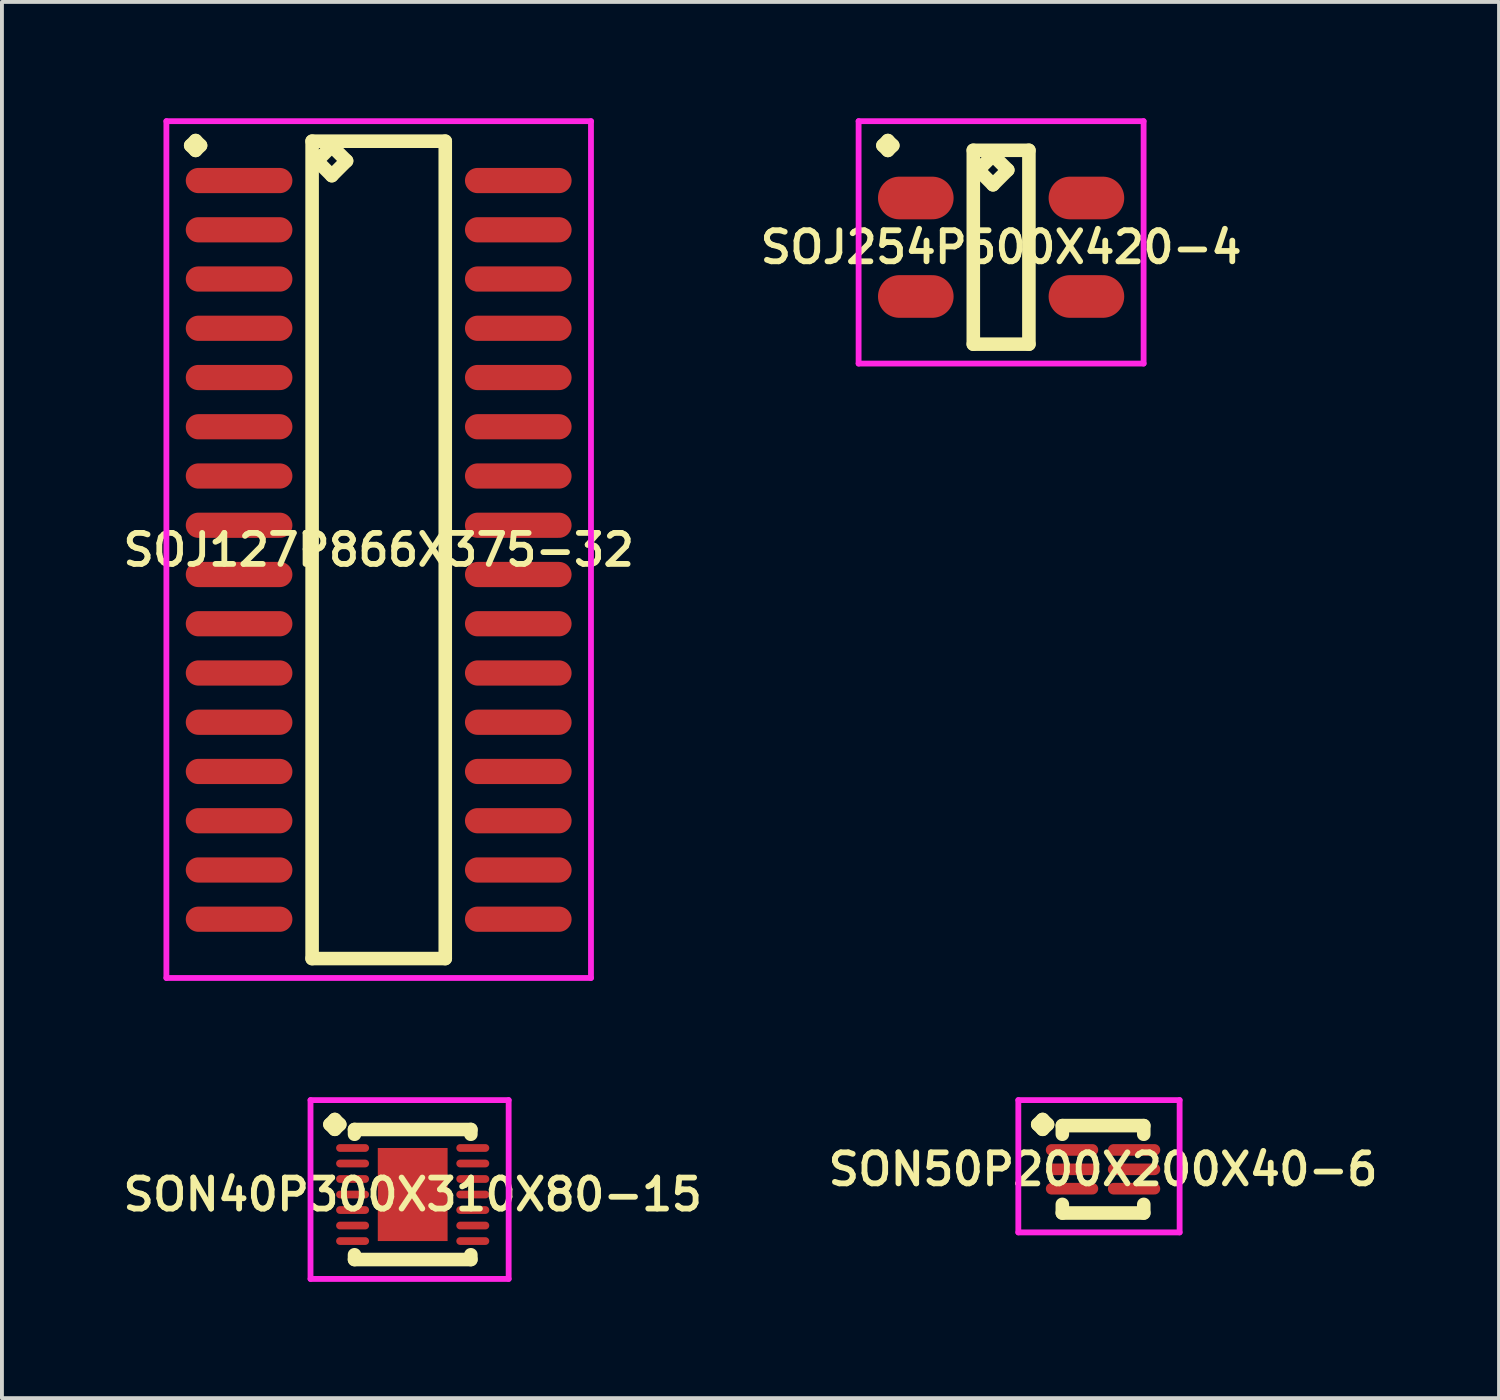
<source format=kicad_pcb>
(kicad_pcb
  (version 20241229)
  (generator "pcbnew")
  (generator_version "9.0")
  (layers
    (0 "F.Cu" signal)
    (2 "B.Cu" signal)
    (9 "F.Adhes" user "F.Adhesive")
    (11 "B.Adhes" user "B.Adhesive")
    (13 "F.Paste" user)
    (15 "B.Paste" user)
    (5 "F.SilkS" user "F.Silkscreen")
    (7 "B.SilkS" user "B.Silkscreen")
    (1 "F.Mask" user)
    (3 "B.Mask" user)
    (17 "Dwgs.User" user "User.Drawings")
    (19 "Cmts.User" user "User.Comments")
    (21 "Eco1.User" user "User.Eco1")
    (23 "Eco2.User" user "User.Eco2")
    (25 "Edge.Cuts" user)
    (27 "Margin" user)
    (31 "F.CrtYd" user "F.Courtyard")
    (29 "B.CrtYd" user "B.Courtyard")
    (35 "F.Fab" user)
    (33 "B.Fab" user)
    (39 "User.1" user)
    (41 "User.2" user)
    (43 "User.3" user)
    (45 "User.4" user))
  (footprint "SOJ254P500X420-4"
    (layer "F.Cu")
    (at 22.768 3.326)
    (property "Reference" "SOJ254P500X420-4" (at 0 0 0) (layer "F.SilkS") (effects (font (size 0.8 0.8) (thickness 0.15))))
    (attr smd)
    (fp_line (start -3.048 -2.624) (end -2.921 -2.751) (stroke (width 0.35) (type solid)) (layer "F.SilkS"))
    (fp_line (start -2.921 -2.751) (end -2.794 -2.624) (stroke (width 0.35) (type solid)) (layer "F.SilkS"))
    (fp_line (start -2.921 -2.497) (end -3.048 -2.624) (stroke (width 0.35) (type solid)) (layer "F.SilkS"))
    (fp_line (start -2.794 -2.624) (end -2.921 -2.497) (stroke (width 0.35) (type solid)) (layer "F.SilkS"))
    (fp_line (start -0.717 -2.5) (end -0.717 2.5) (stroke (width 0.35) (type solid)) (layer "F.SilkS"))
    (fp_line (start -0.717 2.5) (end 0.717 2.5) (stroke (width 0.35) (type solid)) (layer "F.SilkS"))
    (fp_line (start -0.59 -1.992) (end -0.209 -2.373) (stroke (width 0.35) (type solid)) (layer "F.SilkS"))
    (fp_line (start -0.209 -2.373) (end 0.172 -1.992) (stroke (width 0.35) (type solid)) (layer "F.SilkS"))
    (fp_line (start -0.209 -1.611) (end -0.59 -1.992) (stroke (width 0.35) (type solid)) (layer "F.SilkS"))
    (fp_line (start 0.172 -1.992) (end -0.209 -1.611) (stroke (width 0.35) (type solid)) (layer "F.SilkS"))
    (fp_line (start 0.717 -2.5) (end -0.717 -2.5) (stroke (width 0.35) (type solid)) (layer "F.SilkS"))
    (fp_line (start 0.717 2.5) (end 0.717 -2.5) (stroke (width 0.35) (type solid)) (layer "F.SilkS"))
    (fp_line (start -3.675 -3.251) (end 3.675 -3.251) (stroke (width 0.15) (type solid)) (layer "F.CrtYd"))
    (fp_line (start -3.675 3) (end -3.675 -3.251) (stroke (width 0.15) (type solid)) (layer "F.CrtYd"))
    (fp_line (start 3.675 -3.251) (end 3.675 3) (stroke (width 0.15) (type solid)) (layer "F.CrtYd"))
    (fp_line (start 3.675 3) (end -3.675 3) (stroke (width 0.15) (type solid)) (layer "F.CrtYd"))
    (pad "1" smd oval (at -2.2 -1.27) (size 1.95 1.1) (layers "F.Cu" "F.Mask" "F.Paste"))
    (pad "2" smd oval (at -2.2 1.27) (size 1.95 1.1) (layers "F.Cu" "F.Mask" "F.Paste"))
    (pad "3" smd oval (at 2.2 1.27) (size 1.95 1.1) (layers "F.Cu" "F.Mask" "F.Paste"))
    (pad "4" smd oval (at 2.2 -1.27) (size 1.95 1.1) (layers "F.Cu" "F.Mask" "F.Paste")))
  (footprint "SON40P300X310X80-15"
    (layer "F.Cu")
    (at 7.593 27.756)
    (property "Reference" "SON40P300X310X80-15" (at 0 0 0) (layer "F.SilkS") (effects (font (size 0.8 0.8) (thickness 0.15))))
    (attr smd)
    (fp_line (start -2.135 -1.808) (end -2.008 -1.935) (stroke (width 0.35) (type solid)) (layer "F.SilkS"))
    (fp_line (start -2.008 -1.935) (end -1.881 -1.808) (stroke (width 0.35) (type solid)) (layer "F.SilkS"))
    (fp_line (start -2.008 -1.681) (end -2.135 -1.808) (stroke (width 0.35) (type solid)) (layer "F.SilkS"))
    (fp_line (start -1.881 -1.808) (end -2.008 -1.681) (stroke (width 0.35) (type solid)) (layer "F.SilkS"))
    (fp_line (start -1.5 -1.677) (end 1.5 -1.677) (stroke (width 0.35) (type solid)) (layer "F.SilkS"))
    (fp_line (start -1.5 -1.554) (end -1.5 -1.677) (stroke (width 0.35) (type solid)) (layer "F.SilkS"))
    (fp_line (start -1.5 1.554) (end -1.5 1.677) (stroke (width 0.35) (type solid)) (layer "F.SilkS"))
    (fp_line (start -1.5 1.677) (end 1.5 1.677) (stroke (width 0.35) (type solid)) (layer "F.SilkS"))
    (fp_line (start 1.5 -1.677) (end 1.5 -1.554) (stroke (width 0.35) (type solid)) (layer "F.SilkS"))
    (fp_line (start 1.5 1.677) (end 1.5 1.554) (stroke (width 0.35) (type solid)) (layer "F.SilkS"))
    (fp_line (start -2.635 -2.435) (end 2.475 -2.435) (stroke (width 0.15) (type solid)) (layer "F.CrtYd"))
    (fp_line (start -2.635 2.177) (end -2.635 -2.435) (stroke (width 0.15) (type solid)) (layer "F.CrtYd"))
    (fp_line (start 2.475 -2.435) (end 2.475 2.177) (stroke (width 0.15) (type solid)) (layer "F.CrtYd"))
    (fp_line (start 2.475 2.177) (end -2.635 2.177) (stroke (width 0.15) (type solid)) (layer "F.CrtYd"))
    (pad "1" smd oval (at -1.55 -1.2) (size 0.85 0.2) (layers "F.Cu" "F.Mask" "F.Paste"))
    (pad "2" smd oval (at -1.55 -0.8) (size 0.85 0.2) (layers "F.Cu" "F.Mask" "F.Paste"))
    (pad "3" smd oval (at -1.55 -0.4) (size 0.85 0.2) (layers "F.Cu" "F.Mask" "F.Paste"))
    (pad "4" smd oval (at -1.55 0) (size 0.85 0.2) (layers "F.Cu" "F.Mask" "F.Paste"))
    (pad "5" smd oval (at -1.55 0.4) (size 0.85 0.2) (layers "F.Cu" "F.Mask" "F.Paste"))
    (pad "6" smd oval (at -1.55 0.8) (size 0.85 0.2) (layers "F.Cu" "F.Mask" "F.Paste"))
    (pad "7" smd oval (at -1.55 1.2) (size 0.85 0.2) (layers "F.Cu" "F.Mask" "F.Paste"))
    (pad "8" smd oval (at 1.55 1.2) (size 0.85 0.2) (layers "F.Cu" "F.Mask" "F.Paste"))
    (pad "9" smd oval (at 1.55 0.8) (size 0.85 0.2) (layers "F.Cu" "F.Mask" "F.Paste"))
    (pad "10" smd oval (at 1.55 0.4) (size 0.85 0.2) (layers "F.Cu" "F.Mask" "F.Paste"))
    (pad "11" smd oval (at 1.55 0) (size 0.85 0.2) (layers "F.Cu" "F.Mask" "F.Paste"))
    (pad "12" smd oval (at 1.55 -0.4) (size 0.85 0.2) (layers "F.Cu" "F.Mask" "F.Paste"))
    (pad "13" smd oval (at 1.55 -0.8) (size 0.85 0.2) (layers "F.Cu" "F.Mask" "F.Paste"))
    (pad "14" smd oval (at 1.55 -1.2) (size 0.85 0.2) (layers "F.Cu" "F.Mask" "F.Paste"))
    (pad "15" smd rect (at 0 0) (size 1.8 2.4) (layers "F.Cu" "F.Mask" "F.Paste")))
  (footprint "SOJ127P866X375-32"
    (layer "F.Cu")
    (at 6.716 11.131)
    (property "Reference" "SOJ127P866X375-32" (at 0 0 0) (layer "F.SilkS") (effects (font (size 0.8 0.8) (thickness 0.15))))
    (attr smd)
    (fp_line (start -4.848 -10.429) (end -4.721 -10.556) (stroke (width 0.35) (type solid)) (layer "F.SilkS"))
    (fp_line (start -4.721 -10.556) (end -4.594 -10.429) (stroke (width 0.35) (type solid)) (layer "F.SilkS"))
    (fp_line (start -4.721 -10.302) (end -4.848 -10.429) (stroke (width 0.35) (type solid)) (layer "F.SilkS"))
    (fp_line (start -4.594 -10.429) (end -4.721 -10.302) (stroke (width 0.35) (type solid)) (layer "F.SilkS"))
    (fp_line (start -1.717 -10.54) (end -1.717 10.54) (stroke (width 0.35) (type solid)) (layer "F.SilkS"))
    (fp_line (start -1.717 10.54) (end 1.717 10.54) (stroke (width 0.35) (type solid)) (layer "F.SilkS"))
    (fp_line (start -1.59 -10.032) (end -1.209 -10.413) (stroke (width 0.35) (type solid)) (layer "F.SilkS"))
    (fp_line (start -1.209 -10.413) (end -0.828 -10.032) (stroke (width 0.35) (type solid)) (layer "F.SilkS"))
    (fp_line (start -1.209 -9.651) (end -1.59 -10.032) (stroke (width 0.35) (type solid)) (layer "F.SilkS"))
    (fp_line (start -0.828 -10.032) (end -1.209 -9.651) (stroke (width 0.35) (type solid)) (layer "F.SilkS"))
    (fp_line (start 1.717 -10.54) (end -1.717 -10.54) (stroke (width 0.35) (type solid)) (layer "F.SilkS"))
    (fp_line (start 1.717 10.54) (end 1.717 -10.54) (stroke (width 0.35) (type solid)) (layer "F.SilkS"))
    (fp_line (start -5.475 -11.056) (end 5.475 -11.056) (stroke (width 0.15) (type solid)) (layer "F.CrtYd"))
    (fp_line (start -5.475 11.04) (end -5.475 -11.056) (stroke (width 0.15) (type solid)) (layer "F.CrtYd"))
    (fp_line (start 5.475 -11.056) (end 5.475 11.04) (stroke (width 0.15) (type solid)) (layer "F.CrtYd"))
    (fp_line (start 5.475 11.04) (end -5.475 11.04) (stroke (width 0.15) (type solid)) (layer "F.CrtYd"))
    (pad "1" smd oval (at -3.6 -9.525) (size 2.75 0.65) (layers "F.Cu" "F.Mask" "F.Paste"))
    (pad "2" smd oval (at -3.6 -8.255) (size 2.75 0.65) (layers "F.Cu" "F.Mask" "F.Paste"))
    (pad "3" smd oval (at -3.6 -6.985) (size 2.75 0.65) (layers "F.Cu" "F.Mask" "F.Paste"))
    (pad "4" smd oval (at -3.6 -5.715) (size 2.75 0.65) (layers "F.Cu" "F.Mask" "F.Paste"))
    (pad "5" smd oval (at -3.6 -4.445) (size 2.75 0.65) (layers "F.Cu" "F.Mask" "F.Paste"))
    (pad "6" smd oval (at -3.6 -3.175) (size 2.75 0.65) (layers "F.Cu" "F.Mask" "F.Paste"))
    (pad "7" smd oval (at -3.6 -1.905) (size 2.75 0.65) (layers "F.Cu" "F.Mask" "F.Paste"))
    (pad "8" smd oval (at -3.6 -0.635) (size 2.75 0.65) (layers "F.Cu" "F.Mask" "F.Paste"))
    (pad "9" smd oval (at -3.6 0.635) (size 2.75 0.65) (layers "F.Cu" "F.Mask" "F.Paste"))
    (pad "10" smd oval (at -3.6 1.905) (size 2.75 0.65) (layers "F.Cu" "F.Mask" "F.Paste"))
    (pad "11" smd oval (at -3.6 3.175) (size 2.75 0.65) (layers "F.Cu" "F.Mask" "F.Paste"))
    (pad "12" smd oval (at -3.6 4.445) (size 2.75 0.65) (layers "F.Cu" "F.Mask" "F.Paste"))
    (pad "13" smd oval (at -3.6 5.715) (size 2.75 0.65) (layers "F.Cu" "F.Mask" "F.Paste"))
    (pad "14" smd oval (at -3.6 6.985) (size 2.75 0.65) (layers "F.Cu" "F.Mask" "F.Paste"))
    (pad "15" smd oval (at -3.6 8.255) (size 2.75 0.65) (layers "F.Cu" "F.Mask" "F.Paste"))
    (pad "16" smd oval (at -3.6 9.525) (size 2.75 0.65) (layers "F.Cu" "F.Mask" "F.Paste"))
    (pad "17" smd oval (at 3.6 9.525) (size 2.75 0.65) (layers "F.Cu" "F.Mask" "F.Paste"))
    (pad "18" smd oval (at 3.6 8.255) (size 2.75 0.65) (layers "F.Cu" "F.Mask" "F.Paste"))
    (pad "19" smd oval (at 3.6 6.985) (size 2.75 0.65) (layers "F.Cu" "F.Mask" "F.Paste"))
    (pad "20" smd oval (at 3.6 5.715) (size 2.75 0.65) (layers "F.Cu" "F.Mask" "F.Paste"))
    (pad "21" smd oval (at 3.6 4.445) (size 2.75 0.65) (layers "F.Cu" "F.Mask" "F.Paste"))
    (pad "22" smd oval (at 3.6 3.175) (size 2.75 0.65) (layers "F.Cu" "F.Mask" "F.Paste"))
    (pad "23" smd oval (at 3.6 1.905) (size 2.75 0.65) (layers "F.Cu" "F.Mask" "F.Paste"))
    (pad "24" smd oval (at 3.6 0.635) (size 2.75 0.65) (layers "F.Cu" "F.Mask" "F.Paste"))
    (pad "25" smd oval (at 3.6 -0.635) (size 2.75 0.65) (layers "F.Cu" "F.Mask" "F.Paste"))
    (pad "26" smd oval (at 3.6 -1.905) (size 2.75 0.65) (layers "F.Cu" "F.Mask" "F.Paste"))
    (pad "27" smd oval (at 3.6 -3.175) (size 2.75 0.65) (layers "F.Cu" "F.Mask" "F.Paste"))
    (pad "28" smd oval (at 3.6 -4.445) (size 2.75 0.65) (layers "F.Cu" "F.Mask" "F.Paste"))
    (pad "29" smd oval (at 3.6 -5.715) (size 2.75 0.65) (layers "F.Cu" "F.Mask" "F.Paste"))
    (pad "30" smd oval (at 3.6 -6.985) (size 2.75 0.65) (layers "F.Cu" "F.Mask" "F.Paste"))
    (pad "31" smd oval (at 3.6 -8.255) (size 2.75 0.65) (layers "F.Cu" "F.Mask" "F.Paste"))
    (pad "32" smd oval (at 3.6 -9.525) (size 2.75 0.65) (layers "F.Cu" "F.Mask" "F.Paste")))
  (footprint "SON50P200X200X40-6"
    (layer "F.Cu")
    (at 25.397 27.106)
    (property "Reference" "SON50P200X200X40-6" (at 0 0 0) (layer "F.SilkS") (effects (font (size 0.8 0.8) (thickness 0.15))))
    (attr smd)
    (fp_line (start -1.685 -1.158) (end -1.558 -1.285) (stroke (width 0.35) (type solid)) (layer "F.SilkS"))
    (fp_line (start -1.558 -1.285) (end -1.431 -1.158) (stroke (width 0.35) (type solid)) (layer "F.SilkS"))
    (fp_line (start -1.558 -1.031) (end -1.685 -1.158) (stroke (width 0.35) (type solid)) (layer "F.SilkS"))
    (fp_line (start -1.431 -1.158) (end -1.558 -1.031) (stroke (width 0.35) (type solid)) (layer "F.SilkS"))
    (fp_line (start -1.05 -1.127) (end 1.05 -1.127) (stroke (width 0.35) (type solid)) (layer "F.SilkS"))
    (fp_line (start -1.05 -0.904) (end -1.05 -1.127) (stroke (width 0.35) (type solid)) (layer "F.SilkS"))
    (fp_line (start -1.05 0.904) (end -1.05 1.127) (stroke (width 0.35) (type solid)) (layer "F.SilkS"))
    (fp_line (start -1.05 1.127) (end 1.05 1.127) (stroke (width 0.35) (type solid)) (layer "F.SilkS"))
    (fp_line (start 1.05 -1.127) (end 1.05 -0.904) (stroke (width 0.35) (type solid)) (layer "F.SilkS"))
    (fp_line (start 1.05 1.127) (end 1.05 0.904) (stroke (width 0.35) (type solid)) (layer "F.SilkS"))
    (fp_line (start -2.185 -1.785) (end 1.975 -1.785) (stroke (width 0.15) (type solid)) (layer "F.CrtYd"))
    (fp_line (start -2.185 1.627) (end -2.185 -1.785) (stroke (width 0.15) (type solid)) (layer "F.CrtYd"))
    (fp_line (start 1.975 -1.785) (end 1.975 1.627) (stroke (width 0.15) (type solid)) (layer "F.CrtYd"))
    (fp_line (start 1.975 1.627) (end -2.185 1.627) (stroke (width 0.15) (type solid)) (layer "F.CrtYd"))
    (pad "1" smd oval (at -0.8 -0.5) (size 1.35 0.3) (layers "F.Cu" "F.Mask" "F.Paste"))
    (pad "2" smd oval (at -0.8 0) (size 1.35 0.3) (layers "F.Cu" "F.Mask" "F.Paste"))
    (pad "3" smd oval (at -0.8 0.5) (size 1.35 0.3) (layers "F.Cu" "F.Mask" "F.Paste"))
    (pad "4" smd oval (at 0.8 0.5) (size 1.35 0.3) (layers "F.Cu" "F.Mask" "F.Paste"))
    (pad "5" smd oval (at 0.8 0) (size 1.35 0.3) (layers "F.Cu" "F.Mask" "F.Paste"))
    (pad "6" smd oval (at 0.8 -0.5) (size 1.35 0.3) (layers "F.Cu" "F.Mask" "F.Paste")))
  (gr_rect
    (start -3 -3)
    (end 35.609 33.008)
    (stroke (width 0.1) (type default))
    (fill no)
    (layer "Edge.Cuts")))
</source>
